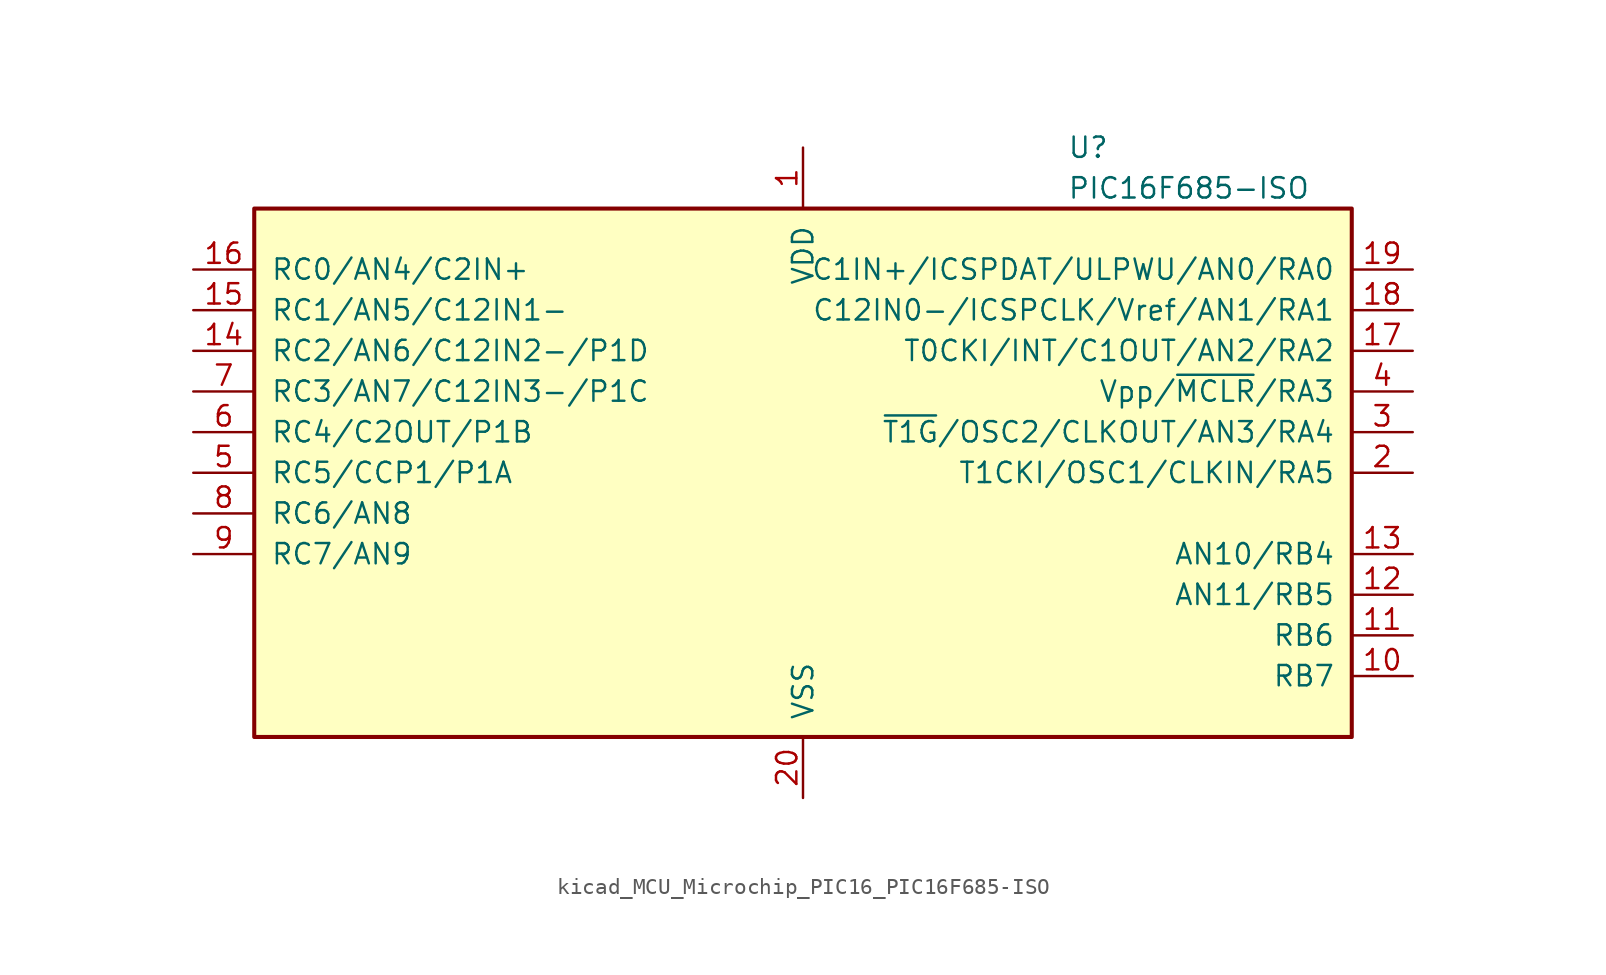
<source format=kicad_sym>
(kicad_symbol_lib
  (version 20220914)
  (generator kicad_symbol_editor)
  (symbol "kicad_MCU_Microchip_PIC16_PIC16F685-ISO"
    (pin_names
      (offset 1.016))
    (property "Reference" "U"
      (at 16.51 20.32 0)
      (effects (font (size 1.27 1.27)) (justify left)))
    (property "Value" "PIC16F685-ISO"
      (at 16.51 17.78 0)
      (effects (font (size 1.27 1.27)) (justify left)))
    (symbol "kicad_MCU_Microchip_PIC16_PIC16F685-ISO_0_1"
      (rectangle (start -34.29 16.51) (end 34.29 -16.51) (stroke (width 0.254) (type default)) (fill (type background))))
    (symbol "kicad_MCU_Microchip_PIC16_PIC16F685-ISO_1_1"
      (pin power_in line (at 0 20.32 270) (length 3.81) (name "VDD" (effects (font (size 1.27 1.27)))) (number "1" (effects (font (size 1.27 1.27)))))
      (pin bidirectional line (at 38.1 -12.7 180) (length 3.81) (name "RB7" (effects (font (size 1.27 1.27)))) (number "10" (effects (font (size 1.27 1.27)))))
      (pin bidirectional line (at 38.1 -10.16 180) (length 3.81) (name "RB6" (effects (font (size 1.27 1.27)))) (number "11" (effects (font (size 1.27 1.27)))))
      (pin bidirectional line (at 38.1 -7.62 180) (length 3.81) (name "AN11/RB5" (effects (font (size 1.27 1.27)))) (number "12" (effects (font (size 1.27 1.27)))))
      (pin bidirectional line (at 38.1 -5.08 180) (length 3.81) (name "AN10/RB4" (effects (font (size 1.27 1.27)))) (number "13" (effects (font (size 1.27 1.27)))))
      (pin bidirectional line (at -38.1 7.62 0) (length 3.81) (name "RC2/AN6/C12IN2-/P1D" (effects (font (size 1.27 1.27)))) (number "14" (effects (font (size 1.27 1.27)))))
      (pin bidirectional line (at -38.1 10.16 0) (length 3.81) (name "RC1/AN5/C12IN1-" (effects (font (size 1.27 1.27)))) (number "15" (effects (font (size 1.27 1.27)))))
      (pin bidirectional line (at -38.1 12.7 0) (length 3.81) (name "RC0/AN4/C2IN+" (effects (font (size 1.27 1.27)))) (number "16" (effects (font (size 1.27 1.27)))))
      (pin bidirectional line (at 38.1 7.62 180) (length 3.81) (name "T0CKI/INT/C1OUT/AN2/RA2" (effects (font (size 1.27 1.27)))) (number "17" (effects (font (size 1.27 1.27)))))
      (pin bidirectional line (at 38.1 10.16 180) (length 3.81) (name "C12IN0-/ICSPCLK/Vref/AN1/RA1" (effects (font (size 1.27 1.27)))) (number "18" (effects (font (size 1.27 1.27)))))
      (pin bidirectional line (at 38.1 12.7 180) (length 3.81) (name "C1IN+/ICSPDAT/ULPWU/AN0/RA0" (effects (font (size 1.27 1.27)))) (number "19" (effects (font (size 1.27 1.27)))))
      (pin bidirectional line (at 38.1 0 180) (length 3.81) (name "T1CKI/OSC1/CLKIN/RA5" (effects (font (size 1.27 1.27)))) (number "2" (effects (font (size 1.27 1.27)))))
      (pin power_in line (at 0 -20.32 90) (length 3.81) (name "VSS" (effects (font (size 1.27 1.27)))) (number "20" (effects (font (size 1.27 1.27)))))
      (pin bidirectional line (at 38.1 2.54 180) (length 3.81) (name "~{T1G}/OSC2/CLKOUT/AN3/RA4" (effects (font (size 1.27 1.27)))) (number "3" (effects (font (size 1.27 1.27)))))
      (pin input line (at 38.1 5.08 180) (length 3.81) (name "Vpp/~{MCLR}/RA3" (effects (font (size 1.27 1.27)))) (number "4" (effects (font (size 1.27 1.27)))))
      (pin bidirectional line (at -38.1 0 0) (length 3.81) (name "RC5/CCP1/P1A" (effects (font (size 1.27 1.27)))) (number "5" (effects (font (size 1.27 1.27)))))
      (pin bidirectional line (at -38.1 2.54 0) (length 3.81) (name "RC4/C2OUT/P1B" (effects (font (size 1.27 1.27)))) (number "6" (effects (font (size 1.27 1.27)))))
      (pin bidirectional line (at -38.1 5.08 0) (length 3.81) (name "RC3/AN7/C12IN3-/P1C" (effects (font (size 1.27 1.27)))) (number "7" (effects (font (size 1.27 1.27)))))
      (pin bidirectional line (at -38.1 -2.54 0) (length 3.81) (name "RC6/AN8" (effects (font (size 1.27 1.27)))) (number "8" (effects (font (size 1.27 1.27)))))
      (pin bidirectional line (at -38.1 -5.08 0) (length 3.81) (name "RC7/AN9" (effects (font (size 1.27 1.27)))) (number "9" (effects (font (size 1.27 1.27))))))))
</source>
